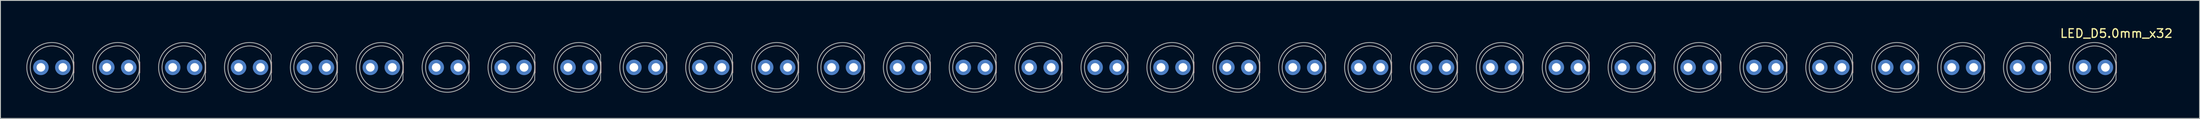
<source format=kicad_pcb>
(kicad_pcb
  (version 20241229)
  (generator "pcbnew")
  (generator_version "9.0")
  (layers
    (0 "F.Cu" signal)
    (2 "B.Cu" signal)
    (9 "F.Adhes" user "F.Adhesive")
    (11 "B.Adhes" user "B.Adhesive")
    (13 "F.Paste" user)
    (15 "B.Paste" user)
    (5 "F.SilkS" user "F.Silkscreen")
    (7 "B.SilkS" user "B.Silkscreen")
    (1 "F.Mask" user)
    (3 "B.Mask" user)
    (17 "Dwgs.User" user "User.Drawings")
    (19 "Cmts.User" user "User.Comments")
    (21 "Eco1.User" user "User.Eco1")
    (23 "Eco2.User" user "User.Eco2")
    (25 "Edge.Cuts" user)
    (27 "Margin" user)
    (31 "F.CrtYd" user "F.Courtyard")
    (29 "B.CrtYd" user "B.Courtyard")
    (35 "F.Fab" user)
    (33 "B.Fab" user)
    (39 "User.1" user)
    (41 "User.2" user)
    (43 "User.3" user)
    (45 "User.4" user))
  (footprint "LED_D5.0mm_x32"
    (layer "F.Cu")
    (at 240.44 4.808)
    (property "Reference" "LED_D5.0mm_x32" (at 1.27 -3.96 0) (layer "F.SilkS") (effects (font (size 1 1) (thickness 0.15))))
    (attr through_hole)
    (fp_line (start -234.95 -0.635) (end -234.95 0.635) (stroke (width 0.1) (type solid)) (layer "B.SilkS"))
    (fp_line (start -227.33 -0.635) (end -227.33 0.635) (stroke (width 0.1) (type solid)) (layer "B.SilkS"))
    (fp_line (start -219.71 -0.635) (end -219.71 0.635) (stroke (width 0.1) (type solid)) (layer "B.SilkS"))
    (fp_line (start -212.09 -0.635) (end -212.09 0.635) (stroke (width 0.1) (type solid)) (layer "B.SilkS"))
    (fp_line (start -204.47 -0.635) (end -204.47 0.635) (stroke (width 0.1) (type solid)) (layer "B.SilkS"))
    (fp_line (start -196.85 -0.635) (end -196.85 0.635) (stroke (width 0.1) (type solid)) (layer "B.SilkS"))
    (fp_line (start -189.23 -0.635) (end -189.23 0.635) (stroke (width 0.1) (type solid)) (layer "B.SilkS"))
    (fp_line (start -181.61 -0.635) (end -181.61 0.635) (stroke (width 0.1) (type solid)) (layer "B.SilkS"))
    (fp_line (start -173.99 -0.635) (end -173.99 0.635) (stroke (width 0.1) (type solid)) (layer "B.SilkS"))
    (fp_line (start -166.37 -0.635) (end -166.37 0.635) (stroke (width 0.1) (type solid)) (layer "B.SilkS"))
    (fp_line (start -158.75 -0.635) (end -158.75 0.635) (stroke (width 0.1) (type solid)) (layer "B.SilkS"))
    (fp_line (start -151.13 -0.635) (end -151.13 0.635) (stroke (width 0.1) (type solid)) (layer "B.SilkS"))
    (fp_line (start -143.51 -0.635) (end -143.51 0.635) (stroke (width 0.1) (type solid)) (layer "B.SilkS"))
    (fp_line (start -135.89 -0.635) (end -135.89 0.635) (stroke (width 0.1) (type solid)) (layer "B.SilkS"))
    (fp_line (start -128.27 -0.635) (end -128.27 0.635) (stroke (width 0.1) (type solid)) (layer "B.SilkS"))
    (fp_line (start -120.65 -0.635) (end -120.65 0.635) (stroke (width 0.1) (type solid)) (layer "B.SilkS"))
    (fp_line (start -113.03 -0.635) (end -113.03 0.635) (stroke (width 0.1) (type solid)) (layer "B.SilkS"))
    (fp_line (start -105.41 -0.635) (end -105.41 0.635) (stroke (width 0.1) (type solid)) (layer "B.SilkS"))
    (fp_line (start -97.79 -0.635) (end -97.79 0.635) (stroke (width 0.1) (type solid)) (layer "B.SilkS"))
    (fp_line (start -90.17 -0.635) (end -90.17 0.635) (stroke (width 0.1) (type solid)) (layer "B.SilkS"))
    (fp_line (start -82.55 -0.635) (end -82.55 0.635) (stroke (width 0.1) (type solid)) (layer "B.SilkS"))
    (fp_line (start -74.93 -0.635) (end -74.93 0.635) (stroke (width 0.1) (type solid)) (layer "B.SilkS"))
    (fp_line (start -67.31 -0.635) (end -67.31 0.635) (stroke (width 0.1) (type solid)) (layer "B.SilkS"))
    (fp_line (start -59.69 -0.635) (end -59.69 0.635) (stroke (width 0.1) (type solid)) (layer "B.SilkS"))
    (fp_line (start -52.07 -0.635) (end -52.07 0.635) (stroke (width 0.1) (type solid)) (layer "B.SilkS"))
    (fp_line (start -44.45 -0.635) (end -44.45 0.635) (stroke (width 0.1) (type solid)) (layer "B.SilkS"))
    (fp_line (start -36.83 -0.635) (end -36.83 0.635) (stroke (width 0.1) (type solid)) (layer "B.SilkS"))
    (fp_line (start -29.21 -0.635) (end -29.21 0.635) (stroke (width 0.1) (type solid)) (layer "B.SilkS"))
    (fp_line (start -21.59 -0.635) (end -21.59 0.635) (stroke (width 0.1) (type solid)) (layer "B.SilkS"))
    (fp_line (start -13.97 -0.635) (end -13.97 0.635) (stroke (width 0.1) (type solid)) (layer "B.SilkS"))
    (fp_line (start -6.35 -0.635) (end -6.35 0.635) (stroke (width 0.1) (type solid)) (layer "B.SilkS"))
    (fp_line (start 1.27 -0.635) (end 1.27 0.635) (stroke (width 0.1) (type solid)) (layer "B.SilkS"))
    (fp_line (start -234.99 1.47) (end -234.99 -1.47) (stroke (width 0.1) (type solid)) (layer "F.Fab"))
    (fp_line (start -227.37 1.47) (end -227.37 -1.47) (stroke (width 0.1) (type solid)) (layer "F.Fab"))
    (fp_line (start -219.75 1.47) (end -219.75 -1.47) (stroke (width 0.1) (type solid)) (layer "F.Fab"))
    (fp_line (start -212.13 1.47) (end -212.13 -1.47) (stroke (width 0.1) (type solid)) (layer "F.Fab"))
    (fp_line (start -204.51 1.47) (end -204.51 -1.47) (stroke (width 0.1) (type solid)) (layer "F.Fab"))
    (fp_line (start -196.89 1.47) (end -196.89 -1.47) (stroke (width 0.1) (type solid)) (layer "F.Fab"))
    (fp_line (start -189.27 1.47) (end -189.27 -1.47) (stroke (width 0.1) (type solid)) (layer "F.Fab"))
    (fp_line (start -181.65 1.47) (end -181.65 -1.47) (stroke (width 0.1) (type solid)) (layer "F.Fab"))
    (fp_line (start -174.03 1.47) (end -174.03 -1.47) (stroke (width 0.1) (type solid)) (layer "F.Fab"))
    (fp_line (start -166.41 1.47) (end -166.41 -1.47) (stroke (width 0.1) (type solid)) (layer "F.Fab"))
    (fp_line (start -158.79 1.47) (end -158.79 -1.47) (stroke (width 0.1) (type solid)) (layer "F.Fab"))
    (fp_line (start -151.17 1.47) (end -151.17 -1.47) (stroke (width 0.1) (type solid)) (layer "F.Fab"))
    (fp_line (start -143.55 1.47) (end -143.55 -1.47) (stroke (width 0.1) (type solid)) (layer "F.Fab"))
    (fp_line (start -135.93 1.47) (end -135.93 -1.47) (stroke (width 0.1) (type solid)) (layer "F.Fab"))
    (fp_line (start -128.31 1.47) (end -128.31 -1.47) (stroke (width 0.1) (type solid)) (layer "F.Fab"))
    (fp_line (start -120.69 1.47) (end -120.69 -1.47) (stroke (width 0.1) (type solid)) (layer "F.Fab"))
    (fp_line (start -113.07 1.47) (end -113.07 -1.47) (stroke (width 0.1) (type solid)) (layer "F.Fab"))
    (fp_line (start -105.45 1.47) (end -105.45 -1.47) (stroke (width 0.1) (type solid)) (layer "F.Fab"))
    (fp_line (start -97.83 1.47) (end -97.83 -1.47) (stroke (width 0.1) (type solid)) (layer "F.Fab"))
    (fp_line (start -90.21 1.47) (end -90.21 -1.47) (stroke (width 0.1) (type solid)) (layer "F.Fab"))
    (fp_line (start -82.59 1.47) (end -82.59 -1.47) (stroke (width 0.1) (type solid)) (layer "F.Fab"))
    (fp_line (start -74.97 1.47) (end -74.97 -1.47) (stroke (width 0.1) (type solid)) (layer "F.Fab"))
    (fp_line (start -67.35 1.47) (end -67.35 -1.47) (stroke (width 0.1) (type solid)) (layer "F.Fab"))
    (fp_line (start -59.73 1.47) (end -59.73 -1.47) (stroke (width 0.1) (type solid)) (layer "F.Fab"))
    (fp_line (start -52.11 1.47) (end -52.11 -1.47) (stroke (width 0.1) (type solid)) (layer "F.Fab"))
    (fp_line (start -44.49 1.47) (end -44.49 -1.47) (stroke (width 0.1) (type solid)) (layer "F.Fab"))
    (fp_line (start -36.87 1.47) (end -36.87 -1.47) (stroke (width 0.1) (type solid)) (layer "F.Fab"))
    (fp_line (start -29.25 1.47) (end -29.25 -1.47) (stroke (width 0.1) (type solid)) (layer "F.Fab"))
    (fp_line (start -21.63 1.47) (end -21.63 -1.47) (stroke (width 0.1) (type solid)) (layer "F.Fab"))
    (fp_line (start -14.01 1.47) (end -14.01 -1.47) (stroke (width 0.1) (type solid)) (layer "F.Fab"))
    (fp_line (start -6.39 1.47) (end -6.39 -1.47) (stroke (width 0.1) (type solid)) (layer "F.Fab"))
    (fp_line (start 1.23 1.47) (end 1.23 -1.47) (stroke (width 0.1) (type solid)) (layer "F.Fab"))
    (fp_arc (start -234.99 1.469694) (mid -240.39 -0.000016) (end -234.989984 -1.469666) (stroke (width 0.1) (type solid)) (layer "F.Fab"))
    (fp_arc (start -227.37 1.469694) (mid -232.77 -0.000016) (end -227.369984 -1.469666) (stroke (width 0.1) (type solid)) (layer "F.Fab"))
    (fp_arc (start -219.75 1.469694) (mid -225.15 -0.000016) (end -219.749984 -1.469666) (stroke (width 0.1) (type solid)) (layer "F.Fab"))
    (fp_arc (start -212.13 1.469694) (mid -217.53 -0.000016) (end -212.129984 -1.469666) (stroke (width 0.1) (type solid)) (layer "F.Fab"))
    (fp_arc (start -204.51 1.469694) (mid -209.91 -0.000016) (end -204.509984 -1.469666) (stroke (width 0.1) (type solid)) (layer "F.Fab"))
    (fp_arc (start -196.89 1.469694) (mid -202.29 -0.000016) (end -196.889984 -1.469666) (stroke (width 0.1) (type solid)) (layer "F.Fab"))
    (fp_arc (start -189.27 1.469694) (mid -194.67 -0.000016) (end -189.269984 -1.469666) (stroke (width 0.1) (type solid)) (layer "F.Fab"))
    (fp_arc (start -181.65 1.469694) (mid -187.05 -0.000016) (end -181.649984 -1.469666) (stroke (width 0.1) (type solid)) (layer "F.Fab"))
    (fp_arc (start -174.03 1.469694) (mid -179.43 -0.000016) (end -174.029984 -1.469666) (stroke (width 0.1) (type solid)) (layer "F.Fab"))
    (fp_arc (start -166.41 1.469694) (mid -171.81 -0.000016) (end -166.409984 -1.469666) (stroke (width 0.1) (type solid)) (layer "F.Fab"))
    (fp_arc (start -158.79 1.469694) (mid -164.19 -0.000016) (end -158.789984 -1.469666) (stroke (width 0.1) (type solid)) (layer "F.Fab"))
    (fp_arc (start -151.17 1.469694) (mid -156.57 -0.000016) (end -151.169984 -1.469666) (stroke (width 0.1) (type solid)) (layer "F.Fab"))
    (fp_arc (start -143.55 1.469694) (mid -148.95 -0.000016) (end -143.549984 -1.469666) (stroke (width 0.1) (type solid)) (layer "F.Fab"))
    (fp_arc (start -135.93 1.469694) (mid -141.33 -0.000016) (end -135.929984 -1.469666) (stroke (width 0.1) (type solid)) (layer "F.Fab"))
    (fp_arc (start -128.31 1.469694) (mid -133.71 -0.000016) (end -128.309984 -1.469666) (stroke (width 0.1) (type solid)) (layer "F.Fab"))
    (fp_arc (start -120.69 1.469694) (mid -126.09 -0.000016) (end -120.689984 -1.469666) (stroke (width 0.1) (type solid)) (layer "F.Fab"))
    (fp_arc (start -113.07 1.469694) (mid -118.47 -0.000016) (end -113.069984 -1.469666) (stroke (width 0.1) (type solid)) (layer "F.Fab"))
    (fp_arc (start -105.45 1.469694) (mid -110.85 -0.000016) (end -105.449984 -1.469666) (stroke (width 0.1) (type solid)) (layer "F.Fab"))
    (fp_arc (start -97.83 1.469694) (mid -103.23 -0.000016) (end -97.829984 -1.469666) (stroke (width 0.1) (type solid)) (layer "F.Fab"))
    (fp_arc (start -90.21 1.469694) (mid -95.61 -0.000016) (end -90.209984 -1.469666) (stroke (width 0.1) (type solid)) (layer "F.Fab"))
    (fp_arc (start -82.59 1.469694) (mid -87.99 -0.000016) (end -82.589984 -1.469666) (stroke (width 0.1) (type solid)) (layer "F.Fab"))
    (fp_arc (start -74.97 1.469694) (mid -80.37 -0.000016) (end -74.969984 -1.469666) (stroke (width 0.1) (type solid)) (layer "F.Fab"))
    (fp_arc (start -67.35 1.469694) (mid -72.75 -0.000016) (end -67.349984 -1.469666) (stroke (width 0.1) (type solid)) (layer "F.Fab"))
    (fp_arc (start -59.73 1.469694) (mid -65.13 -0.000016) (end -59.729984 -1.469666) (stroke (width 0.1) (type solid)) (layer "F.Fab"))
    (fp_arc (start -52.11 1.469694) (mid -57.51 -0.000016) (end -52.109984 -1.469666) (stroke (width 0.1) (type solid)) (layer "F.Fab"))
    (fp_arc (start -44.49 1.469694) (mid -49.89 -0.000016) (end -44.489984 -1.469666) (stroke (width 0.1) (type solid)) (layer "F.Fab"))
    (fp_arc (start -36.87 1.469694) (mid -42.27 -0.000016) (end -36.869984 -1.469666) (stroke (width 0.1) (type solid)) (layer "F.Fab"))
    (fp_arc (start -29.25 1.469694) (mid -34.65 -0.000016) (end -29.249984 -1.469666) (stroke (width 0.1) (type solid)) (layer "F.Fab"))
    (fp_arc (start -21.63 1.469694) (mid -27.03 -0.000016) (end -21.629984 -1.469666) (stroke (width 0.1) (type solid)) (layer "F.Fab"))
    (fp_arc (start -14.01 1.469694) (mid -19.41 -0.000016) (end -14.009984 -1.469666) (stroke (width 0.1) (type solid)) (layer "F.Fab"))
    (fp_arc (start -6.39 1.469694) (mid -11.79 -0.000016) (end -6.389984 -1.469666) (stroke (width 0.1) (type solid)) (layer "F.Fab"))
    (fp_arc (start 1.23 1.469694) (mid -4.17 -0.000016) (end 1.230016 -1.469666) (stroke (width 0.1) (type solid)) (layer "F.Fab"))
    (fp_circle (center -237.49 0) (end -239.99 0) (stroke (width 0.1) (type solid)) (fill no) (layer "F.Fab"))
    (fp_circle (center -229.87 0) (end -232.37 0) (stroke (width 0.1) (type solid)) (fill no) (layer "F.Fab"))
    (fp_circle (center -222.25 0) (end -224.75 0) (stroke (width 0.1) (type solid)) (fill no) (layer "F.Fab"))
    (fp_circle (center -214.63 0) (end -217.13 0) (stroke (width 0.1) (type solid)) (fill no) (layer "F.Fab"))
    (fp_circle (center -207.01 0) (end -209.51 0) (stroke (width 0.1) (type solid)) (fill no) (layer "F.Fab"))
    (fp_circle (center -199.39 0) (end -201.89 0) (stroke (width 0.1) (type solid)) (fill no) (layer "F.Fab"))
    (fp_circle (center -191.77 0) (end -194.27 0) (stroke (width 0.1) (type solid)) (fill no) (layer "F.Fab"))
    (fp_circle (center -184.15 0) (end -186.65 0) (stroke (width 0.1) (type solid)) (fill no) (layer "F.Fab"))
    (fp_circle (center -176.53 0) (end -179.03 0) (stroke (width 0.1) (type solid)) (fill no) (layer "F.Fab"))
    (fp_circle (center -168.91 0) (end -171.41 0) (stroke (width 0.1) (type solid)) (fill no) (layer "F.Fab"))
    (fp_circle (center -161.29 0) (end -163.79 0) (stroke (width 0.1) (type solid)) (fill no) (layer "F.Fab"))
    (fp_circle (center -153.67 0) (end -156.17 0) (stroke (width 0.1) (type solid)) (fill no) (layer "F.Fab"))
    (fp_circle (center -146.05 0) (end -148.55 0) (stroke (width 0.1) (type solid)) (fill no) (layer "F.Fab"))
    (fp_circle (center -138.43 0) (end -140.93 0) (stroke (width 0.1) (type solid)) (fill no) (layer "F.Fab"))
    (fp_circle (center -130.81 0) (end -133.31 0) (stroke (width 0.1) (type solid)) (fill no) (layer "F.Fab"))
    (fp_circle (center -123.19 0) (end -125.69 0) (stroke (width 0.1) (type solid)) (fill no) (layer "F.Fab"))
    (fp_circle (center -115.57 0) (end -118.07 0) (stroke (width 0.1) (type solid)) (fill no) (layer "F.Fab"))
    (fp_circle (center -107.95 0) (end -110.45 0) (stroke (width 0.1) (type solid)) (fill no) (layer "F.Fab"))
    (fp_circle (center -100.33 0) (end -102.83 0) (stroke (width 0.1) (type solid)) (fill no) (layer "F.Fab"))
    (fp_circle (center -92.71 0) (end -95.21 0) (stroke (width 0.1) (type solid)) (fill no) (layer "F.Fab"))
    (fp_circle (center -85.09 0) (end -87.59 0) (stroke (width 0.1) (type solid)) (fill no) (layer "F.Fab"))
    (fp_circle (center -77.47 0) (end -79.97 0) (stroke (width 0.1) (type solid)) (fill no) (layer "F.Fab"))
    (fp_circle (center -69.85 0) (end -72.35 0) (stroke (width 0.1) (type solid)) (fill no) (layer "F.Fab"))
    (fp_circle (center -62.23 0) (end -64.73 0) (stroke (width 0.1) (type solid)) (fill no) (layer "F.Fab"))
    (fp_circle (center -54.61 0) (end -57.11 0) (stroke (width 0.1) (type solid)) (fill no) (layer "F.Fab"))
    (fp_circle (center -46.99 0) (end -49.49 0) (stroke (width 0.1) (type solid)) (fill no) (layer "F.Fab"))
    (fp_circle (center -39.37 0) (end -41.87 0) (stroke (width 0.1) (type solid)) (fill no) (layer "F.Fab"))
    (fp_circle (center -31.75 0) (end -34.25 0) (stroke (width 0.1) (type solid)) (fill no) (layer "F.Fab"))
    (fp_circle (center -24.13 0) (end -26.63 0) (stroke (width 0.1) (type solid)) (fill no) (layer "F.Fab"))
    (fp_circle (center -16.51 0) (end -19.01 0) (stroke (width 0.1) (type solid)) (fill no) (layer "F.Fab"))
    (fp_circle (center -8.89 0) (end -11.39 0) (stroke (width 0.1) (type solid)) (fill no) (layer "F.Fab"))
    (fp_circle (center -1.27 0) (end -3.77 0) (stroke (width 0.1) (type solid)) (fill no) (layer "F.Fab"))
    (pad "1" thru_hole circle (at 0 0 180) (size 1.4 1.4) (drill 1) (layers "*.Cu" "B.Mask"))
    (pad "1" smd circle (at 0 0 180) (size 1.8 1.8) (layers "B.Cu" "B.Mask" "B.Paste"))
    (pad "2" thru_hole circle (at -2.54 0 180) (size 1.4 1.4) (drill 1) (layers "*.Cu" "B.Mask"))
    (pad "2" smd circle (at -2.54 0 180) (size 1.8 1.8) (layers "B.Cu" "B.Mask" "B.Paste"))
    (pad "3" thru_hole circle (at -7.62 0 180) (size 1.4 1.4) (drill 1) (layers "*.Cu" "B.Mask"))
    (pad "3" smd circle (at -7.62 0 180) (size 1.8 1.8) (layers "B.Cu" "B.Mask" "B.Paste"))
    (pad "4" thru_hole circle (at -10.16 0 180) (size 1.4 1.4) (drill 1) (layers "*.Cu" "B.Mask"))
    (pad "4" smd circle (at -10.16 0 180) (size 1.8 1.8) (layers "B.Cu" "B.Mask" "B.Paste"))
    (pad "5" thru_hole circle (at -15.24 0 180) (size 1.4 1.4) (drill 1) (layers "*.Cu" "B.Mask"))
    (pad "5" smd circle (at -15.24 0 180) (size 1.8 1.8) (layers "B.Cu" "B.Mask" "B.Paste"))
    (pad "6" thru_hole circle (at -17.78 0 180) (size 1.4 1.4) (drill 1) (layers "*.Cu" "B.Mask"))
    (pad "6" smd circle (at -17.78 0 180) (size 1.8 1.8) (layers "B.Cu" "B.Mask" "B.Paste"))
    (pad "7" thru_hole circle (at -22.86 0 180) (size 1.4 1.4) (drill 1) (layers "*.Cu" "B.Mask"))
    (pad "7" smd circle (at -22.86 0 180) (size 1.8 1.8) (layers "B.Cu" "B.Mask" "B.Paste"))
    (pad "8" thru_hole circle (at -25.4 0 180) (size 1.4 1.4) (drill 1) (layers "*.Cu" "B.Mask"))
    (pad "8" smd circle (at -25.4 0 180) (size 1.8 1.8) (layers "B.Cu" "B.Mask" "B.Paste"))
    (pad "9" thru_hole circle (at -30.48 0 180) (size 1.4 1.4) (drill 1) (layers "*.Cu" "B.Mask"))
    (pad "9" smd circle (at -30.48 0 180) (size 1.8 1.8) (layers "B.Cu" "B.Mask" "B.Paste"))
    (pad "10" thru_hole circle (at -33.02 0 180) (size 1.4 1.4) (drill 1) (layers "*.Cu" "B.Mask"))
    (pad "10" smd circle (at -33.02 0 180) (size 1.8 1.8) (layers "B.Cu" "B.Mask" "B.Paste"))
    (pad "11" thru_hole circle (at -38.1 0 180) (size 1.4 1.4) (drill 1) (layers "*.Cu" "B.Mask"))
    (pad "11" smd circle (at -38.1 0 180) (size 1.8 1.8) (layers "B.Cu" "B.Mask" "B.Paste"))
    (pad "12" thru_hole circle (at -40.64 0 180) (size 1.4 1.4) (drill 1) (layers "*.Cu" "B.Mask"))
    (pad "12" smd circle (at -40.64 0 180) (size 1.8 1.8) (layers "B.Cu" "B.Mask" "B.Paste"))
    (pad "13" thru_hole circle (at -45.72 0 180) (size 1.4 1.4) (drill 1) (layers "*.Cu" "B.Mask"))
    (pad "13" smd circle (at -45.72 0 180) (size 1.8 1.8) (layers "B.Cu" "B.Mask" "B.Paste"))
    (pad "14" thru_hole circle (at -48.26 0 180) (size 1.4 1.4) (drill 1) (layers "*.Cu" "B.Mask"))
    (pad "14" smd circle (at -48.26 0 180) (size 1.8 1.8) (layers "B.Cu" "B.Mask" "B.Paste"))
    (pad "15" thru_hole circle (at -53.34 0 180) (size 1.4 1.4) (drill 1) (layers "*.Cu" "B.Mask"))
    (pad "15" smd circle (at -53.34 0 180) (size 1.8 1.8) (layers "B.Cu" "B.Mask" "B.Paste"))
    (pad "16" thru_hole circle (at -55.88 0 180) (size 1.4 1.4) (drill 1) (layers "*.Cu" "B.Mask"))
    (pad "16" smd circle (at -55.88 0 180) (size 1.8 1.8) (layers "B.Cu" "B.Mask" "B.Paste"))
    (pad "17" thru_hole circle (at -60.96 0 180) (size 1.4 1.4) (drill 1) (layers "*.Cu" "B.Mask"))
    (pad "17" smd circle (at -60.96 0 180) (size 1.8 1.8) (layers "B.Cu" "B.Mask" "B.Paste"))
    (pad "18" thru_hole circle (at -63.5 0 180) (size 1.4 1.4) (drill 1) (layers "*.Cu" "B.Mask"))
    (pad "18" smd circle (at -63.5 0 180) (size 1.8 1.8) (layers "B.Cu" "B.Mask" "B.Paste"))
    (pad "19" thru_hole circle (at -68.58 0 180) (size 1.4 1.4) (drill 1) (layers "*.Cu" "B.Mask"))
    (pad "19" smd circle (at -68.58 0 180) (size 1.8 1.8) (layers "B.Cu" "B.Mask" "B.Paste"))
    (pad "20" thru_hole circle (at -71.12 0 180) (size 1.4 1.4) (drill 1) (layers "*.Cu" "B.Mask"))
    (pad "20" smd circle (at -71.12 0 180) (size 1.8 1.8) (layers "B.Cu" "B.Mask" "B.Paste"))
    (pad "21" thru_hole circle (at -76.2 0 180) (size 1.4 1.4) (drill 1) (layers "*.Cu" "B.Mask"))
    (pad "21" smd circle (at -76.2 0 180) (size 1.8 1.8) (layers "B.Cu" "B.Mask" "B.Paste"))
    (pad "22" thru_hole circle (at -78.74 0 180) (size 1.4 1.4) (drill 1) (layers "*.Cu" "B.Mask"))
    (pad "22" smd circle (at -78.74 0 180) (size 1.8 1.8) (layers "B.Cu" "B.Mask" "B.Paste"))
    (pad "23" thru_hole circle (at -83.82 0 180) (size 1.4 1.4) (drill 1) (layers "*.Cu" "B.Mask"))
    (pad "23" smd circle (at -83.82 0 180) (size 1.8 1.8) (layers "B.Cu" "B.Mask" "B.Paste"))
    (pad "24" thru_hole circle (at -86.36 0 180) (size 1.4 1.4) (drill 1) (layers "*.Cu" "B.Mask"))
    (pad "24" smd circle (at -86.36 0 180) (size 1.8 1.8) (layers "B.Cu" "B.Mask" "B.Paste"))
    (pad "25" thru_hole circle (at -91.44 0 180) (size 1.4 1.4) (drill 1) (layers "*.Cu" "B.Mask"))
    (pad "25" smd circle (at -91.44 0 180) (size 1.8 1.8) (layers "B.Cu" "B.Mask" "B.Paste"))
    (pad "26" thru_hole circle (at -93.98 0 180) (size 1.4 1.4) (drill 1) (layers "*.Cu" "B.Mask"))
    (pad "26" smd circle (at -93.98 0 180) (size 1.8 1.8) (layers "B.Cu" "B.Mask" "B.Paste"))
    (pad "27" thru_hole circle (at -99.06 0 180) (size 1.4 1.4) (drill 1) (layers "*.Cu" "B.Mask"))
    (pad "27" smd circle (at -99.06 0 180) (size 1.8 1.8) (layers "B.Cu" "B.Mask" "B.Paste"))
    (pad "28" thru_hole circle (at -101.6 0 180) (size 1.4 1.4) (drill 1) (layers "*.Cu" "B.Mask"))
    (pad "28" smd circle (at -101.6 0 180) (size 1.8 1.8) (layers "B.Cu" "B.Mask" "B.Paste"))
    (pad "29" thru_hole circle (at -106.68 0 180) (size 1.4 1.4) (drill 1) (layers "*.Cu" "B.Mask"))
    (pad "29" smd circle (at -106.68 0 180) (size 1.8 1.8) (layers "B.Cu" "B.Mask" "B.Paste"))
    (pad "30" thru_hole circle (at -109.22 0 180) (size 1.4 1.4) (drill 1) (layers "*.Cu" "B.Mask"))
    (pad "30" smd circle (at -109.22 0 180) (size 1.8 1.8) (layers "B.Cu" "B.Mask" "B.Paste"))
    (pad "31" thru_hole circle (at -114.3 0 180) (size 1.4 1.4) (drill 1) (layers "*.Cu" "B.Mask"))
    (pad "31" smd circle (at -114.3 0 180) (size 1.8 1.8) (layers "B.Cu" "B.Mask" "B.Paste"))
    (pad "32" thru_hole circle (at -116.84 0 180) (size 1.4 1.4) (drill 1) (layers "*.Cu" "B.Mask"))
    (pad "32" smd circle (at -116.84 0 180) (size 1.8 1.8) (layers "B.Cu" "B.Mask" "B.Paste"))
    (pad "33" thru_hole circle (at -121.92 0 180) (size 1.4 1.4) (drill 1) (layers "*.Cu" "B.Mask"))
    (pad "33" smd circle (at -121.92 0 180) (size 1.8 1.8) (layers "B.Cu" "B.Mask" "B.Paste"))
    (pad "34" thru_hole circle (at -124.46 0 180) (size 1.4 1.4) (drill 1) (layers "*.Cu" "B.Mask"))
    (pad "34" smd circle (at -124.46 0 180) (size 1.8 1.8) (layers "B.Cu" "B.Mask" "B.Paste"))
    (pad "35" thru_hole circle (at -129.54 0 180) (size 1.4 1.4) (drill 1) (layers "*.Cu" "B.Mask"))
    (pad "35" smd circle (at -129.54 0 180) (size 1.8 1.8) (layers "B.Cu" "B.Mask" "B.Paste"))
    (pad "36" thru_hole circle (at -132.08 0 180) (size 1.4 1.4) (drill 1) (layers "*.Cu" "B.Mask"))
    (pad "36" smd circle (at -132.08 0 180) (size 1.8 1.8) (layers "B.Cu" "B.Mask" "B.Paste"))
    (pad "37" thru_hole circle (at -137.16 0 180) (size 1.4 1.4) (drill 1) (layers "*.Cu" "B.Mask"))
    (pad "37" smd circle (at -137.16 0 180) (size 1.8 1.8) (layers "B.Cu" "B.Mask" "B.Paste"))
    (pad "38" thru_hole circle (at -139.7 0 180) (size 1.4 1.4) (drill 1) (layers "*.Cu" "B.Mask"))
    (pad "38" smd circle (at -139.7 0 180) (size 1.8 1.8) (layers "B.Cu" "B.Mask" "B.Paste"))
    (pad "39" thru_hole circle (at -144.78 0 180) (size 1.4 1.4) (drill 1) (layers "*.Cu" "B.Mask"))
    (pad "39" smd circle (at -144.78 0 180) (size 1.8 1.8) (layers "B.Cu" "B.Mask" "B.Paste"))
    (pad "40" thru_hole circle (at -147.32 0 180) (size 1.4 1.4) (drill 1) (layers "*.Cu" "B.Mask"))
    (pad "40" smd circle (at -147.32 0 180) (size 1.8 1.8) (layers "B.Cu" "B.Mask" "B.Paste"))
    (pad "41" thru_hole circle (at -152.4 0 180) (size 1.4 1.4) (drill 1) (layers "*.Cu" "B.Mask"))
    (pad "41" smd circle (at -152.4 0 180) (size 1.8 1.8) (layers "B.Cu" "B.Mask" "B.Paste"))
    (pad "42" thru_hole circle (at -154.94 0 180) (size 1.4 1.4) (drill 1) (layers "*.Cu" "B.Mask"))
    (pad "42" smd circle (at -154.94 0 180) (size 1.8 1.8) (layers "B.Cu" "B.Mask" "B.Paste"))
    (pad "43" thru_hole circle (at -160.02 0 180) (size 1.4 1.4) (drill 1) (layers "*.Cu" "B.Mask"))
    (pad "43" smd circle (at -160.02 0 180) (size 1.8 1.8) (layers "B.Cu" "B.Mask" "B.Paste"))
    (pad "44" thru_hole circle (at -162.56 0 180) (size 1.4 1.4) (drill 1) (layers "*.Cu" "B.Mask"))
    (pad "44" smd circle (at -162.56 0 180) (size 1.8 1.8) (layers "B.Cu" "B.Mask" "B.Paste"))
    (pad "45" thru_hole circle (at -167.64 0 180) (size 1.4 1.4) (drill 1) (layers "*.Cu" "B.Mask"))
    (pad "45" smd circle (at -167.64 0 180) (size 1.8 1.8) (layers "B.Cu" "B.Mask" "B.Paste"))
    (pad "46" thru_hole circle (at -170.18 0 180) (size 1.4 1.4) (drill 1) (layers "*.Cu" "B.Mask"))
    (pad "46" smd circle (at -170.18 0 180) (size 1.8 1.8) (layers "B.Cu" "B.Mask" "B.Paste"))
    (pad "47" thru_hole circle (at -175.26 0 180) (size 1.4 1.4) (drill 1) (layers "*.Cu" "B.Mask"))
    (pad "47" smd circle (at -175.26 0 180) (size 1.8 1.8) (layers "B.Cu" "B.Mask" "B.Paste"))
    (pad "48" thru_hole circle (at -177.8 0 180) (size 1.4 1.4) (drill 1) (layers "*.Cu" "B.Mask"))
    (pad "48" smd circle (at -177.8 0 180) (size 1.8 1.8) (layers "B.Cu" "B.Mask" "B.Paste"))
    (pad "49" thru_hole circle (at -182.88 0 180) (size 1.4 1.4) (drill 1) (layers "*.Cu" "B.Mask"))
    (pad "49" smd circle (at -182.88 0 180) (size 1.8 1.8) (layers "B.Cu" "B.Mask" "B.Paste"))
    (pad "50" thru_hole circle (at -185.42 0 180) (size 1.4 1.4) (drill 1) (layers "*.Cu" "B.Mask"))
    (pad "50" smd circle (at -185.42 0 180) (size 1.8 1.8) (layers "B.Cu" "B.Mask" "B.Paste"))
    (pad "51" thru_hole circle (at -190.5 0 180) (size 1.4 1.4) (drill 1) (layers "*.Cu" "B.Mask"))
    (pad "51" smd circle (at -190.5 0 180) (size 1.8 1.8) (layers "B.Cu" "B.Mask" "B.Paste"))
    (pad "52" thru_hole circle (at -193.04 0 180) (size 1.4 1.4) (drill 1) (layers "*.Cu" "B.Mask"))
    (pad "52" smd circle (at -193.04 0 180) (size 1.8 1.8) (layers "B.Cu" "B.Mask" "B.Paste"))
    (pad "53" thru_hole circle (at -198.12 0 180) (size 1.4 1.4) (drill 1) (layers "*.Cu" "B.Mask"))
    (pad "53" smd circle (at -198.12 0 180) (size 1.8 1.8) (layers "B.Cu" "B.Mask" "B.Paste"))
    (pad "54" thru_hole circle (at -200.66 0 180) (size 1.4 1.4) (drill 1) (layers "*.Cu" "B.Mask"))
    (pad "54" smd circle (at -200.66 0 180) (size 1.8 1.8) (layers "B.Cu" "B.Mask" "B.Paste"))
    (pad "55" thru_hole circle (at -205.74 0 180) (size 1.4 1.4) (drill 1) (layers "*.Cu" "B.Mask"))
    (pad "55" smd circle (at -205.74 0 180) (size 1.8 1.8) (layers "B.Cu" "B.Mask" "B.Paste"))
    (pad "56" thru_hole circle (at -208.28 0 180) (size 1.4 1.4) (drill 1) (layers "*.Cu" "B.Mask"))
    (pad "56" smd circle (at -208.28 0 180) (size 1.8 1.8) (layers "B.Cu" "B.Mask" "B.Paste"))
    (pad "57" thru_hole circle (at -213.36 0 180) (size 1.4 1.4) (drill 1) (layers "*.Cu" "B.Mask"))
    (pad "57" smd circle (at -213.36 0 180) (size 1.8 1.8) (layers "B.Cu" "B.Mask" "B.Paste"))
    (pad "58" thru_hole circle (at -215.9 0 180) (size 1.4 1.4) (drill 1) (layers "*.Cu" "B.Mask"))
    (pad "58" smd circle (at -215.9 0 180) (size 1.8 1.8) (layers "B.Cu" "B.Mask" "B.Paste"))
    (pad "59" thru_hole circle (at -220.98 0 180) (size 1.4 1.4) (drill 1) (layers "*.Cu" "B.Mask"))
    (pad "59" smd circle (at -220.98 0 180) (size 1.8 1.8) (layers "B.Cu" "B.Mask" "B.Paste"))
    (pad "60" thru_hole circle (at -223.52 0 180) (size 1.4 1.4) (drill 1) (layers "*.Cu" "B.Mask"))
    (pad "60" smd circle (at -223.52 0 180) (size 1.8 1.8) (layers "B.Cu" "B.Mask" "B.Paste"))
    (pad "61" thru_hole circle (at -228.6 0 180) (size 1.4 1.4) (drill 1) (layers "*.Cu" "B.Mask"))
    (pad "61" smd circle (at -228.6 0 180) (size 1.8 1.8) (layers "B.Cu" "B.Mask" "B.Paste"))
    (pad "62" thru_hole circle (at -231.14 0 180) (size 1.4 1.4) (drill 1) (layers "*.Cu" "B.Mask"))
    (pad "62" smd circle (at -231.14 0 180) (size 1.8 1.8) (layers "B.Cu" "B.Mask" "B.Paste"))
    (pad "63" thru_hole circle (at -236.22 0 180) (size 1.4 1.4) (drill 1) (layers "*.Cu" "B.Mask"))
    (pad "63" smd circle (at -236.22 0 180) (size 1.8 1.8) (layers "B.Cu" "B.Mask" "B.Paste"))
    (pad "64" thru_hole circle (at -238.76 0 180) (size 1.4 1.4) (drill 1) (layers "*.Cu" "B.Mask"))
    (pad "64" smd circle (at -238.76 0 180) (size 1.8 1.8) (layers "B.Cu" "B.Mask" "B.Paste")))
  (gr_rect
    (start -3 -3)
    (end 251.335 10.758)
    (stroke (width 0.1) (type default))
    (fill no)
    (layer "Edge.Cuts")))
</source>
